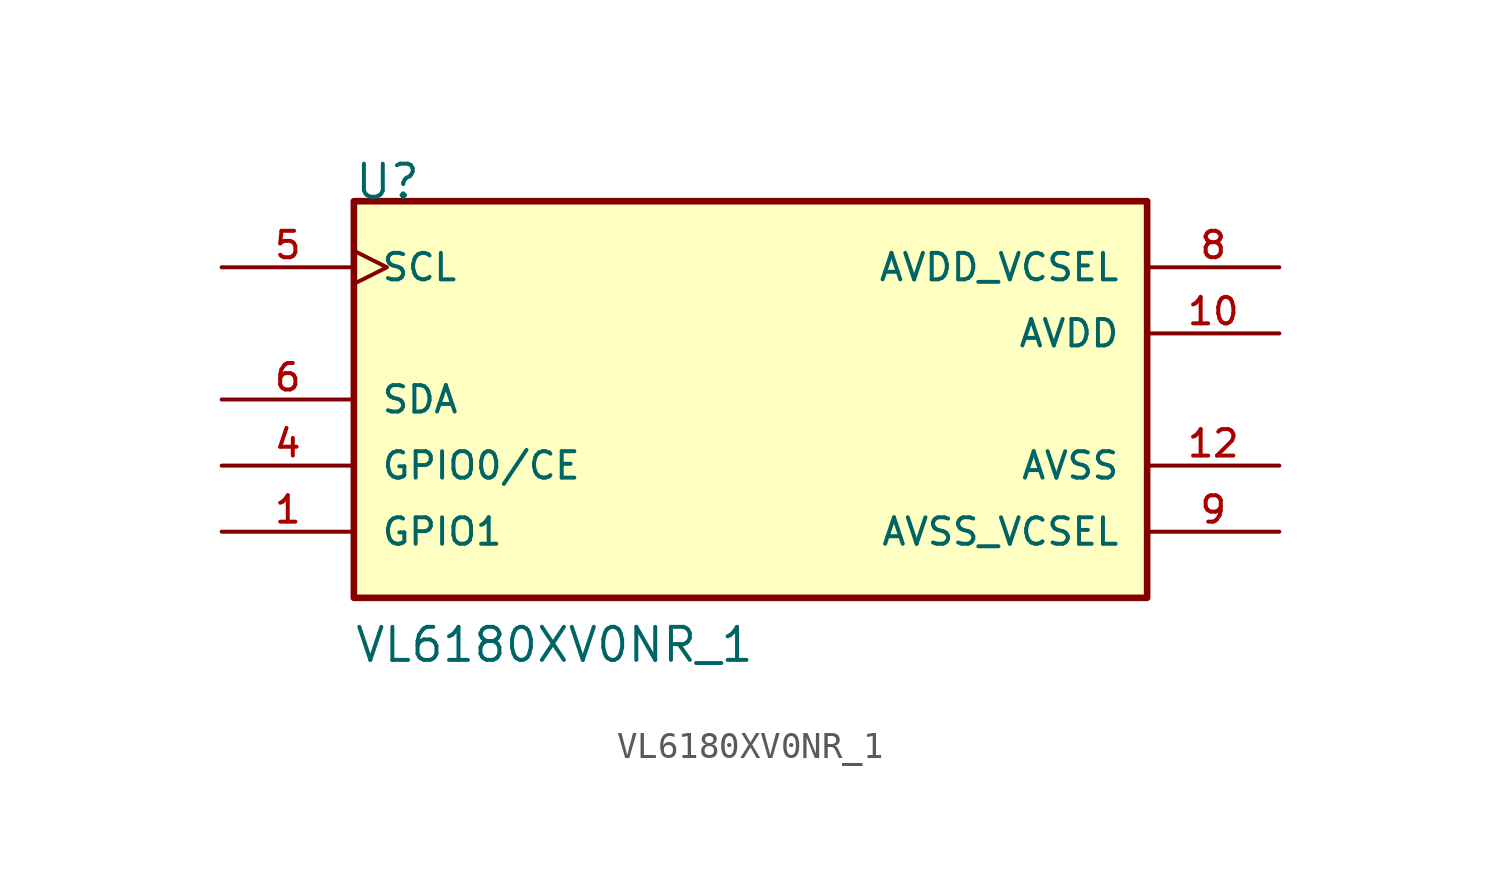
<source format=kicad_sym>
(kicad_symbol_lib
  (version 20211014)
  (generator kicad_symbol_editor)
  (symbol "VL6180XV0NR_1"
    (pin_names
      (offset 1.016))
    (property "Reference" "U"
      (at -15.257 7.628 0)
      (effects (font (size 1.27 1.27)) (justify bottom left)))
    (property "Value" "VL6180XV0NR_1"
      (at -15.252 -10.168 0)
      (effects (font (size 1.27 1.27)) (justify bottom left)))
    (symbol "VL6180XV0NR_1_0_0"
      (rectangle (start -15.24 -7.62) (end 15.24 7.62) (stroke (width 0.254)) (fill (type background)))
      (pin bidirectional line (at -20.32 -5.08 0) (length 5.08) (name "GPIO1" (effects (font (size 1.016 1.016)))) (number "1" (effects (font (size 1.016 1.016)))))
      (pin bidirectional line (at -20.32 -2.54 0) (length 5.08) (name "GPIO0/CE" (effects (font (size 1.016 1.016)))) (number "4" (effects (font (size 1.016 1.016)))))
      (pin input clock (at -20.32 5.08 0) (length 5.08) (name "SCL" (effects (font (size 1.016 1.016)))) (number "5" (effects (font (size 1.016 1.016)))))
      (pin bidirectional line (at -20.32 0.0 0) (length 5.08) (name "SDA" (effects (font (size 1.016 1.016)))) (number "6" (effects (font (size 1.016 1.016)))))
      (pin power_in line (at 20.32 5.08 180.0) (length 5.08) (name "AVDD_VCSEL" (effects (font (size 1.016 1.016)))) (number "8" (effects (font (size 1.016 1.016)))))
      (pin power_in line (at 20.32 -5.08 180.0) (length 5.08) (name "AVSS_VCSEL" (effects (font (size 1.016 1.016)))) (number "9" (effects (font (size 1.016 1.016)))))
      (pin power_in line (at 20.32 2.54 180.0) (length 5.08) (name "AVDD" (effects (font (size 1.016 1.016)))) (number "10" (effects (font (size 1.016 1.016)))))
      (pin power_in line (at 20.32 -2.54 180.0) (length 5.08) (name "AVSS" (effects (font (size 1.016 1.016)))) (number "12" (effects (font (size 1.016 1.016))))))))
</source>
